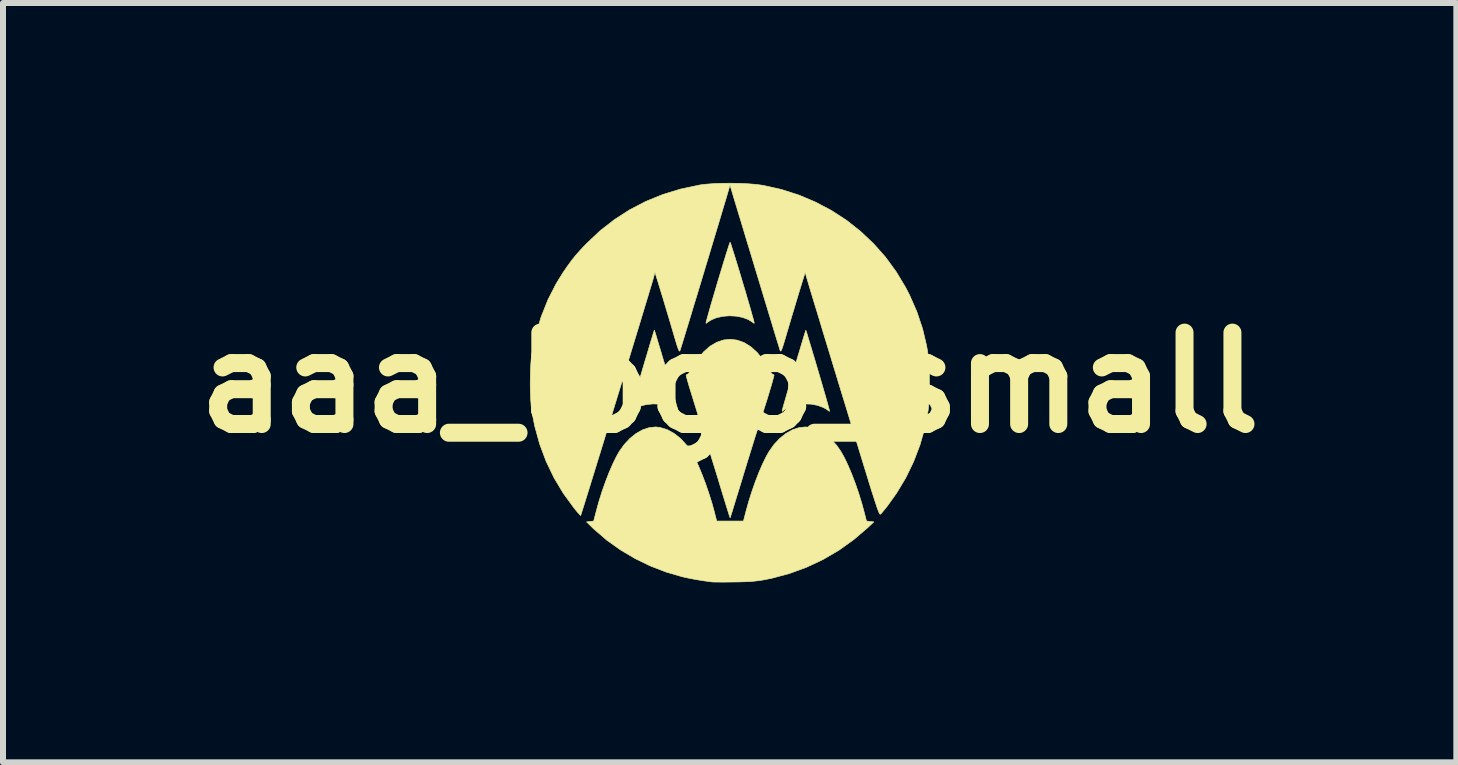
<source format=kicad_pcb>
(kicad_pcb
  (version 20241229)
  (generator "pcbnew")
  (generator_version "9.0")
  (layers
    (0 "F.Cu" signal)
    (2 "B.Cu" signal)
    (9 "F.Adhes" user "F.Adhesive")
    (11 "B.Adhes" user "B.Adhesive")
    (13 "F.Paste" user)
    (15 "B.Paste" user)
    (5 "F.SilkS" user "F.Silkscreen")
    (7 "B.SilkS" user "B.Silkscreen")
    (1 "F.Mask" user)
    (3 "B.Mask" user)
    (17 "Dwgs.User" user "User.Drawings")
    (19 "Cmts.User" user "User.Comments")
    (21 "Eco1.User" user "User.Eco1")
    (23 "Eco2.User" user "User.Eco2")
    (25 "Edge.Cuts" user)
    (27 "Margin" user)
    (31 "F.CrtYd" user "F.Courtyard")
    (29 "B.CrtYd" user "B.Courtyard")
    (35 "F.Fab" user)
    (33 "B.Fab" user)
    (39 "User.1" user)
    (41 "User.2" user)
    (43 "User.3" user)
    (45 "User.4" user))
  (footprint "aaa_logo_small"
    (layer "F.Cu")
    (at 9.115 3.33)
    (property "Reference" "aaa_logo_small" (at 0 0 0) (layer "F.SilkS") (effects (font (size 1.524 1.524) (thickness 0.3))))
    (attr through_hole)
    (fp_poly (pts (xy 0.013 -2.329) (xy 0.026 -2.292) (xy 0.044 -2.234) (xy 0.068 -2.159) (xy 0.096 -2.069) (xy 0.127 -1.967) (xy 0.161 -1.857) (xy 0.195 -1.742) (xy 0.23 -1.625) (xy 0.265 -1.51) (xy 0.297 -1.398) (xy 0.328 -1.294) (xy 0.355 -1.2) (xy 0.377 -1.12) (xy 0.395 -1.056) (xy 0.405 -1.016) (xy 0.41 -0.992) (xy 0.402 -0.991) (xy 0.387 -1.004) (xy 0.31 -1.053) (xy 0.215 -1.088) (xy 0.108 -1.109) (xy -0.005 -1.115) (xy -0.117 -1.106) (xy -0.223 -1.082) (xy -0.296 -1.052) (xy -0.336 -1.029) (xy -0.37 -1.006) (xy -0.373 -1.004) (xy -0.392 -0.989) (xy -0.395 -0.996) (xy -0.391 -1.016) (xy -0.379 -1.061) (xy -0.361 -1.126) (xy -0.338 -1.208) (xy -0.311 -1.303) (xy -0.28 -1.408) (xy -0.247 -1.52) (xy -0.213 -1.636) (xy -0.178 -1.753) (xy -0.143 -1.868) (xy -0.11 -1.977) (xy -0.079 -2.078) (xy -0.052 -2.166) (xy -0.028 -2.24) (xy -0.01 -2.297) (xy 0.002 -2.331) (xy 0.007 -2.342) (xy 0.013 -2.329)) (stroke (width 0.01) (type solid)) (fill yes) (layer "F.SilkS"))
    (fp_poly (pts (xy -1.251 -0.862) (xy -1.239 -0.825) (xy -1.221 -0.767) (xy -1.199 -0.691) (xy -1.172 -0.602) (xy -1.141 -0.5) (xy -1.109 -0.391) (xy -1.075 -0.276) (xy -1.041 -0.16) (xy -1.007 -0.045) (xy -0.975 0.065) (xy -0.945 0.168) (xy -0.918 0.261) (xy -0.896 0.339) (xy -0.879 0.4) (xy -0.867 0.441) (xy -0.865 0.452) (xy -0.86 0.476) (xy -0.868 0.476) (xy -0.883 0.464) (xy -0.914 0.442) (xy -0.954 0.419) (xy -0.96 0.416) (xy -1.057 0.379) (xy -1.165 0.358) (xy -1.279 0.354) (xy -1.39 0.365) (xy -1.494 0.391) (xy -1.583 0.432) (xy -1.629 0.464) (xy -1.648 0.478) (xy -1.651 0.471) (xy -1.647 0.452) (xy -1.639 0.42) (xy -1.624 0.366) (xy -1.603 0.295) (xy -1.578 0.208) (xy -1.55 0.109) (xy -1.518 0.001) (xy -1.485 -0.113) (xy -1.451 -0.229) (xy -1.417 -0.345) (xy -1.383 -0.456) (xy -1.352 -0.561) (xy -1.324 -0.656) (xy -1.299 -0.738) (xy -1.279 -0.803) (xy -1.265 -0.849) (xy -1.257 -0.872) (xy -1.256 -0.875) (xy -1.251 -0.862)) (stroke (width 0.01) (type solid)) (fill yes) (layer "F.SilkS"))
    (fp_poly (pts (xy 1.275 -0.862) (xy 1.287 -0.825) (xy 1.304 -0.767) (xy 1.327 -0.691) (xy 1.354 -0.602) (xy 1.384 -0.5) (xy 1.417 -0.391) (xy 1.451 -0.276) (xy 1.485 -0.16) (xy 1.519 -0.045) (xy 1.551 0.065) (xy 1.581 0.168) (xy 1.608 0.261) (xy 1.63 0.339) (xy 1.647 0.4) (xy 1.658 0.441) (xy 1.661 0.452) (xy 1.666 0.476) (xy 1.658 0.476) (xy 1.643 0.464) (xy 1.612 0.442) (xy 1.572 0.419) (xy 1.566 0.416) (xy 1.469 0.379) (xy 1.361 0.358) (xy 1.247 0.354) (xy 1.136 0.365) (xy 1.032 0.391) (xy 0.942 0.432) (xy 0.897 0.464) (xy 0.878 0.478) (xy 0.875 0.471) (xy 0.879 0.452) (xy 0.887 0.42) (xy 0.902 0.366) (xy 0.923 0.295) (xy 0.948 0.208) (xy 0.976 0.109) (xy 1.008 0.001) (xy 1.041 -0.113) (xy 1.075 -0.229) (xy 1.109 -0.345) (xy 1.142 -0.456) (xy 1.174 -0.561) (xy 1.202 -0.656) (xy 1.227 -0.738) (xy 1.247 -0.803) (xy 1.261 -0.849) (xy 1.269 -0.872) (xy 1.27 -0.875) (xy 1.275 -0.862)) (stroke (width 0.01) (type solid)) (fill yes) (layer "F.SilkS"))
    (fp_poly (pts (xy 0.128 -0.709) (xy 0.241 -0.668) (xy 0.351 -0.6) (xy 0.457 -0.505) (xy 0.555 -0.384) (xy 0.637 -0.254) (xy 0.666 -0.204) (xy 0.692 -0.166) (xy 0.71 -0.144) (xy 0.715 -0.142) (xy 0.737 -0.132) (xy 0.74 -0.129) (xy 0.738 -0.113) (xy 0.727 -0.073) (xy 0.711 -0.012) (xy 0.688 0.067) (xy 0.66 0.16) (xy 0.628 0.266) (xy 0.592 0.38) (xy 0.554 0.5) (xy 0.515 0.623) (xy 0.476 0.746) (xy 0.452 0.818) (xy 0.435 0.869) (xy 0.412 0.943) (xy 0.383 1.037) (xy 0.349 1.146) (xy 0.311 1.268) (xy 0.271 1.398) (xy 0.23 1.532) (xy 0.203 1.623) (xy 0.164 1.75) (xy 0.127 1.869) (xy 0.094 1.977) (xy 0.065 2.071) (xy 0.042 2.148) (xy 0.023 2.206) (xy 0.012 2.242) (xy 0.008 2.254) (xy 0.003 2.242) (xy -0.009 2.206) (xy -0.027 2.148) (xy -0.051 2.072) (xy -0.079 1.98) (xy -0.111 1.876) (xy -0.146 1.762) (xy -0.155 1.732) (xy -0.194 1.602) (xy -0.235 1.469) (xy -0.276 1.337) (xy -0.314 1.213) (xy -0.349 1.101) (xy -0.378 1.007) (xy -0.398 0.945) (xy -0.47 0.72) (xy -0.533 0.521) (xy -0.587 0.348) (xy -0.632 0.202) (xy -0.669 0.083) (xy -0.696 -0.01) (xy -0.715 -0.076) (xy -0.724 -0.116) (xy -0.726 -0.129) (xy -0.706 -0.141) (xy -0.701 -0.142) (xy -0.687 -0.153) (xy -0.664 -0.184) (xy -0.636 -0.229) (xy -0.623 -0.254) (xy -0.531 -0.399) (xy -0.431 -0.517) (xy -0.326 -0.609) (xy -0.215 -0.674) (xy -0.102 -0.712) (xy 0.013 -0.724) (xy 0.128 -0.709)) (stroke (width 0.01) (type solid)) (fill yes) (layer "F.SilkS"))
    (fp_poly (pts (xy 1.337 0.746) (xy 1.459 0.784) (xy 1.576 0.849) (xy 1.686 0.937) (xy 1.786 1.048) (xy 1.856 1.149) (xy 1.913 1.251) (xy 1.973 1.377) (xy 2.034 1.521) (xy 2.094 1.678) (xy 2.151 1.843) (xy 2.203 2.012) (xy 2.241 2.152) (xy 2.281 2.307) (xy 2.342 2.314) (xy 2.403 2.321) (xy 2.302 2.417) (xy 2.069 2.616) (xy 1.821 2.794) (xy 1.557 2.948) (xy 1.28 3.078) (xy 0.993 3.183) (xy 0.697 3.262) (xy 0.564 3.288) (xy 0.492 3.3) (xy 0.42 3.308) (xy 0.343 3.315) (xy 0.254 3.319) (xy 0.146 3.322) (xy 0.071 3.323) (xy -0.024 3.324) (xy -0.113 3.325) (xy -0.189 3.324) (xy -0.249 3.324) (xy -0.288 3.322) (xy -0.296 3.322) (xy -0.429 3.304) (xy -0.564 3.282) (xy -0.69 3.258) (xy -0.789 3.236) (xy -1.058 3.158) (xy -1.322 3.056) (xy -1.578 2.932) (xy -1.821 2.788) (xy -2.047 2.627) (xy -2.253 2.45) (xy -2.283 2.422) (xy -2.386 2.321) (xy -2.327 2.314) (xy -2.267 2.307) (xy -2.227 2.152) (xy -2.181 1.984) (xy -2.128 1.815) (xy -2.07 1.651) (xy -2.01 1.496) (xy -1.949 1.355) (xy -1.889 1.233) (xy -1.842 1.149) (xy -1.756 1.029) (xy -1.661 0.928) (xy -1.559 0.846) (xy -1.452 0.786) (xy -1.343 0.75) (xy -1.235 0.738) (xy -1.161 0.746) (xy -1.039 0.784) (xy -0.922 0.849) (xy -0.812 0.937) (xy -0.712 1.048) (xy -0.642 1.149) (xy -0.584 1.252) (xy -0.524 1.377) (xy -0.464 1.521) (xy -0.404 1.678) (xy -0.347 1.844) (xy -0.294 2.013) (xy -0.256 2.152) (xy -0.216 2.307) (xy 0.23 2.307) (xy 0.27 2.152) (xy 0.317 1.983) (xy 0.37 1.815) (xy 0.428 1.65) (xy 0.488 1.495) (xy 0.549 1.354) (xy 0.609 1.232) (xy 0.656 1.149) (xy 0.741 1.029) (xy 0.836 0.928) (xy 0.939 0.846) (xy 1.046 0.786) (xy 1.155 0.75) (xy 1.263 0.738) (xy 1.337 0.746)) (stroke (width 0.01) (type solid)) (fill yes) (layer "F.SilkS"))
    (fp_poly (pts (xy 0.168 -3.323) (xy 0.308 -3.316) (xy 0.435 -3.306) (xy 0.542 -3.292) (xy 0.557 -3.29) (xy 0.86 -3.222) (xy 1.152 -3.129) (xy 1.431 -3.011) (xy 1.697 -2.871) (xy 1.948 -2.708) (xy 2.182 -2.523) (xy 2.399 -2.318) (xy 2.598 -2.094) (xy 2.776 -1.85) (xy 2.933 -1.589) (xy 2.999 -1.462) (xy 3.121 -1.183) (xy 3.216 -0.9) (xy 3.284 -0.614) (xy 3.309 -0.463) (xy 3.318 -0.374) (xy 3.325 -0.263) (xy 3.329 -0.138) (xy 3.33 -0.006) (xy 3.329 0.127) (xy 3.325 0.252) (xy 3.319 0.365) (xy 3.31 0.456) (xy 3.309 0.463) (xy 3.255 0.751) (xy 3.174 1.035) (xy 3.068 1.314) (xy 2.938 1.583) (xy 2.785 1.838) (xy 2.632 2.053) (xy 2.591 2.104) (xy 2.555 2.148) (xy 2.527 2.18) (xy 2.517 2.19) (xy 2.513 2.193) (xy 2.509 2.193) (xy 2.504 2.19) (xy 2.498 2.182) (xy 2.491 2.168) (xy 2.481 2.146) (xy 2.47 2.115) (xy 2.455 2.075) (xy 2.438 2.023) (xy 2.417 1.959) (xy 2.392 1.881) (xy 2.362 1.788) (xy 2.328 1.678) (xy 2.289 1.551) (xy 2.244 1.405) (xy 2.193 1.239) (xy 2.136 1.051) (xy 2.071 0.841) (xy 2 0.606) (xy 1.921 0.347) (xy 1.891 0.25) (xy 1.821 0.021) (xy 1.753 -0.202) (xy 1.688 -0.416) (xy 1.626 -0.62) (xy 1.567 -0.813) (xy 1.513 -0.993) (xy 1.463 -1.159) (xy 1.417 -1.308) (xy 1.377 -1.44) (xy 1.343 -1.552) (xy 1.316 -1.644) (xy 1.295 -1.713) (xy 1.282 -1.758) (xy 1.276 -1.778) (xy 1.26 -1.841) (xy 1.209 -1.679) (xy 1.182 -1.59) (xy 1.148 -1.48) (xy 1.11 -1.354) (xy 1.07 -1.219) (xy 1.028 -1.081) (xy 0.988 -0.945) (xy 0.95 -0.817) (xy 0.93 -0.748) (xy 0.903 -0.659) (xy 0.883 -0.595) (xy 0.868 -0.553) (xy 0.856 -0.531) (xy 0.848 -0.526) (xy 0.842 -0.535) (xy 0.841 -0.537) (xy 0.834 -0.558) (xy 0.821 -0.604) (xy 0.8 -0.671) (xy 0.773 -0.758) (xy 0.741 -0.863) (xy 0.705 -0.984) (xy 0.664 -1.118) (xy 0.62 -1.263) (xy 0.573 -1.417) (xy 0.525 -1.577) (xy 0.475 -1.742) (xy 0.424 -1.909) (xy 0.374 -2.076) (xy 0.324 -2.241) (xy 0.275 -2.401) (xy 0.229 -2.555) (xy 0.185 -2.7) (xy 0.144 -2.834) (xy 0.108 -2.954) (xy 0.076 -3.059) (xy 0.05 -3.147) (xy 0.03 -3.214) (xy 0.016 -3.259) (xy 0.01 -3.28) (xy 0.01 -3.281) (xy 0.005 -3.3) (xy 0.002 -3.292) (xy 0.002 -3.282) (xy -0.003 -3.267) (xy -0.014 -3.226) (xy -0.033 -3.163) (xy -0.057 -3.08) (xy -0.088 -2.978) (xy -0.123 -2.861) (xy -0.162 -2.73) (xy -0.205 -2.587) (xy -0.251 -2.435) (xy -0.299 -2.275) (xy -0.348 -2.111) (xy -0.399 -1.944) (xy -0.449 -1.777) (xy -0.499 -1.611) (xy -0.548 -1.449) (xy -0.596 -1.294) (xy -0.64 -1.146) (xy -0.682 -1.009) (xy -0.72 -0.885) (xy -0.753 -0.776) (xy -0.781 -0.684) (xy -0.804 -0.611) (xy -0.82 -0.56) (xy -0.827 -0.537) (xy -0.833 -0.526) (xy -0.841 -0.529) (xy -0.852 -0.549) (xy -0.867 -0.589) (xy -0.887 -0.65) (xy -0.912 -0.736) (xy -0.916 -0.748) (xy -0.951 -0.868) (xy -0.99 -1) (xy -1.031 -1.138) (xy -1.073 -1.276) (xy -1.112 -1.408) (xy -1.149 -1.528) (xy -1.18 -1.63) (xy -1.195 -1.679) (xy -1.246 -1.841) (xy -1.262 -1.778) (xy -1.27 -1.75) (xy -1.285 -1.697) (xy -1.307 -1.623) (xy -1.336 -1.528) (xy -1.37 -1.414) (xy -1.41 -1.283) (xy -1.454 -1.137) (xy -1.502 -0.978) (xy -1.554 -0.808) (xy -1.609 -0.628) (xy -1.666 -0.44) (xy -1.725 -0.246) (xy -1.786 -0.048) (xy -1.847 0.153) (xy -1.909 0.354) (xy -1.97 0.554) (xy -2.031 0.751) (xy -2.089 0.943) (xy -2.146 1.128) (xy -2.201 1.305) (xy -2.252 1.471) (xy -2.3 1.626) (xy -2.343 1.766) (xy -2.382 1.891) (xy -2.415 1.998) (xy -2.443 2.086) (xy -2.464 2.152) (xy -2.478 2.196) (xy -2.484 2.215) (xy -2.485 2.215) (xy -2.496 2.205) (xy -2.522 2.177) (xy -2.557 2.136) (xy -2.593 2.092) (xy -2.772 1.847) (xy -2.928 1.587) (xy -3.06 1.312) (xy -3.168 1.023) (xy -3.251 0.721) (xy -3.297 0.487) (xy -3.309 0.394) (xy -3.317 0.279) (xy -3.323 0.151) (xy -3.325 0.015) (xy -3.323 -0.122) (xy -3.319 -0.253) (xy -3.311 -0.371) (xy -3.3 -0.469) (xy -3.297 -0.487) (xy -3.233 -0.799) (xy -3.143 -1.098) (xy -3.03 -1.382) (xy -2.892 -1.652) (xy -2.784 -1.827) (xy -2.709 -1.937) (xy -2.64 -2.032) (xy -2.569 -2.121) (xy -2.49 -2.21) (xy -2.397 -2.308) (xy -2.386 -2.319) (xy -2.161 -2.532) (xy -1.921 -2.719) (xy -1.668 -2.882) (xy -1.401 -3.021) (xy -1.119 -3.136) (xy -0.823 -3.227) (xy -0.512 -3.293) (xy -0.487 -3.298) (xy -0.384 -3.31) (xy -0.261 -3.319) (xy -0.123 -3.324) (xy 0.022 -3.325) (xy 0.168 -3.323)) (stroke (width 0.01) (type solid)) (fill yes) (layer "F.SilkS")))
  (gr_rect
    (start -3 -3)
    (end 21.23 9.66)
    (stroke (width 0.1) (type default))
    (fill no)
    (layer "Edge.Cuts")))
</source>
